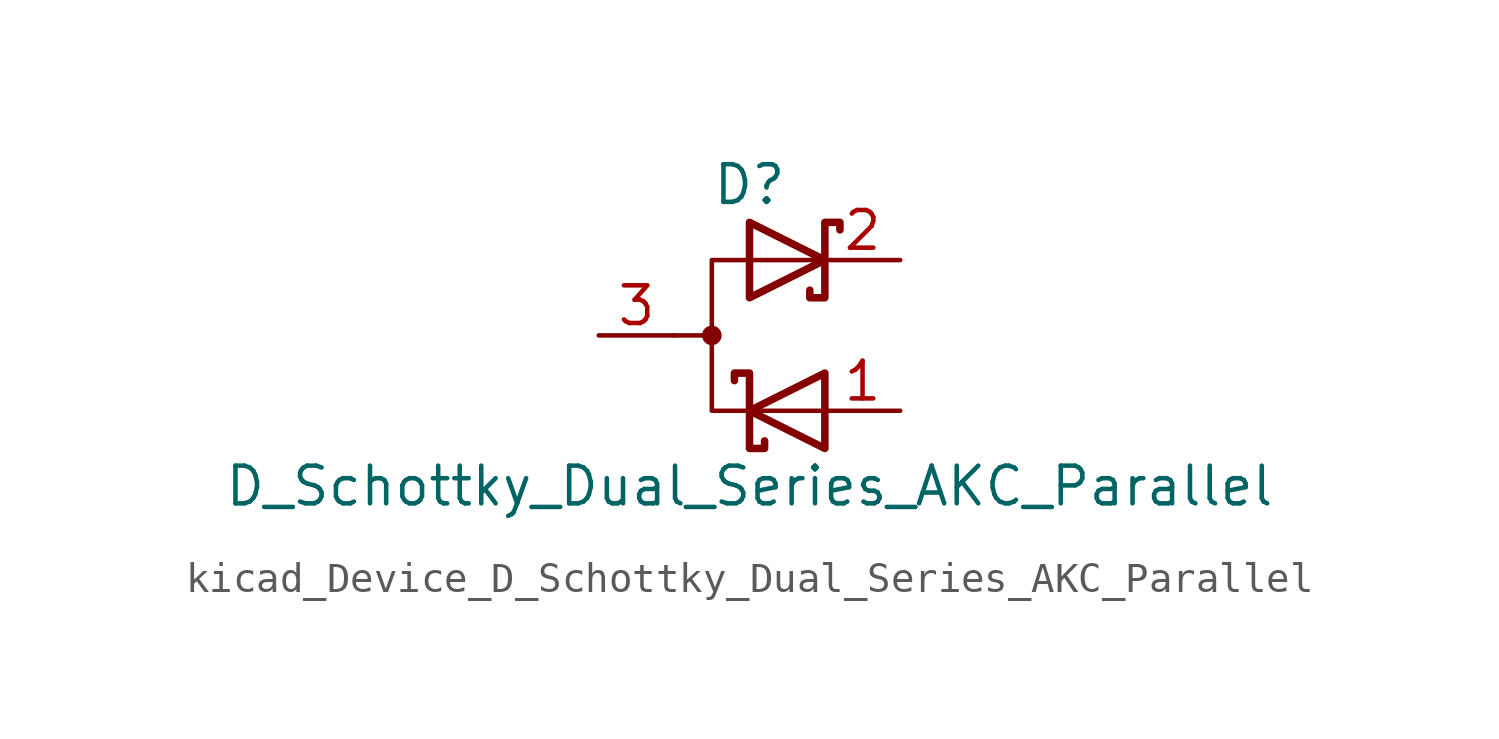
<source format=kicad_sym>
(kicad_symbol_lib
  (version 20220914)
  (generator kicad_symbol_editor)
  (symbol "kicad_Device_D_Schottky_Dual_Series_AKC_Parallel"
    (pin_names
      (offset 0.762) hide)
    (property "Reference" "D"
      (at 0 5.08 0)
      (effects (font (size 1.27 1.27))))
    (property "Value" "D_Schottky_Dual_Series_AKC_Parallel"
      (at 0 -5.08 0)
      (effects (font (size 1.27 1.27))))
    (symbol "kicad_Device_D_Schottky_Dual_Series_AKC_Parallel_0_1"
      (circle (center -1.27 0) (radius 0.254) (stroke (width 0) (type default)) (fill (type outline)))
      (polyline (pts (xy -1.27 0) (xy -2.54 0)) (stroke (width 0) (type default)) (fill (type none)))
      (polyline (pts (xy 2.54 2.54) (xy -1.27 2.54) (xy -1.27 -2.54) (xy 2.54 -2.54)) (stroke (width 0) (type default)) (fill (type none)))
      (polyline (pts (xy -0.508 -1.524) (xy -0.508 -1.27) (xy 0 -1.27) (xy 0 -3.81) (xy 0.508 -3.81) (xy 0.508 -3.556)) (stroke (width 0.254) (type default)) (fill (type none)))
      (polyline (pts (xy 0 3.81) (xy 2.54 2.54) (xy 0 1.27) (xy 0 3.81) (xy 0 3.81) (xy 0 3.81)) (stroke (width 0.254) (type default)) (fill (type none)))
      (polyline (pts (xy 2.54 -1.27) (xy 0 -2.54) (xy 2.54 -3.81) (xy 2.54 -1.27) (xy 2.54 -1.27) (xy 2.54 -1.27)) (stroke (width 0.254) (type default)) (fill (type none)))
      (polyline (pts (xy 3.048 3.556) (xy 3.048 3.81) (xy 2.54 3.81) (xy 2.54 1.27) (xy 2.032 1.27) (xy 2.032 1.524)) (stroke (width 0.254) (type default)) (fill (type none)))
      (pin passive line (at 5.08 -2.54 180) (length 2.54) (name "K" (effects (font (size 1.27 1.27)))) (number "1" (effects (font (size 1.27 1.27)))))
      (pin passive line (at 5.08 2.54 180) (length 2.54) (name "K" (effects (font (size 1.27 1.27)))) (number "2" (effects (font (size 1.27 1.27)))))
      (pin passive line (at -5.08 0 0) (length 2.54) (name "A" (effects (font (size 1.27 1.27)))) (number "3" (effects (font (size 1.27 1.27))))))))
</source>
